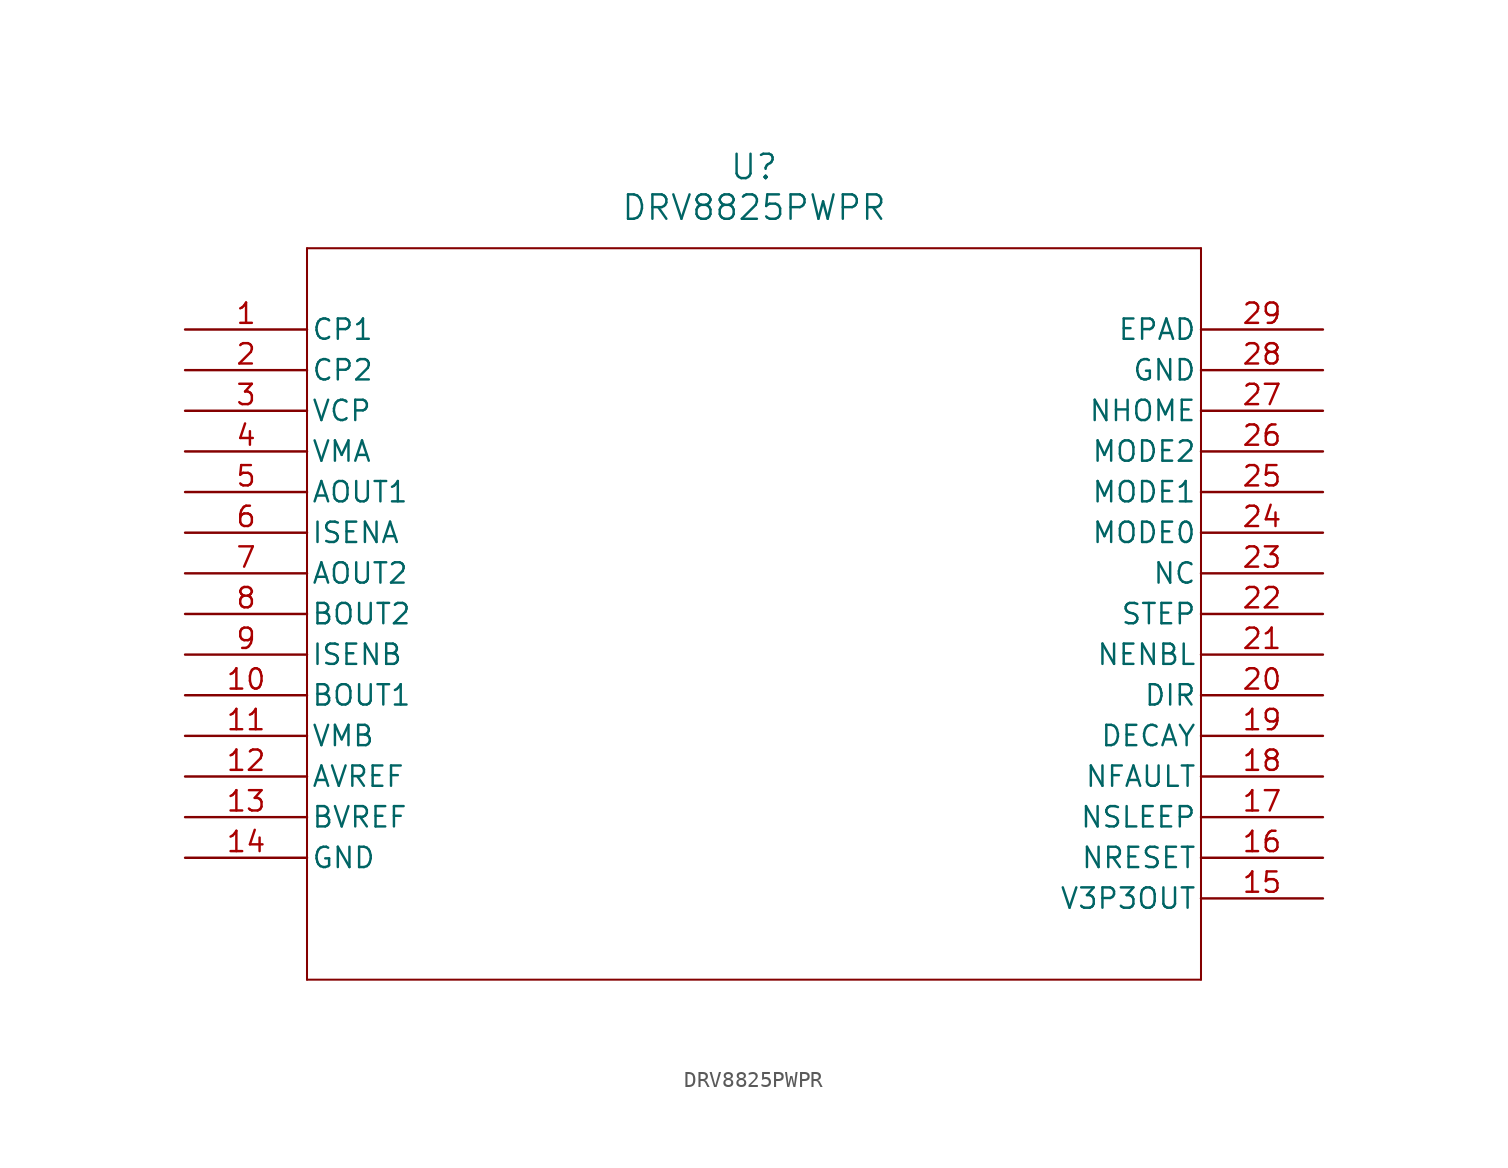
<source format=kicad_sym>
(kicad_symbol_lib
  (version 20211014)
  (generator kicad_symbol_editor)
  (symbol "DRV8825PWPR"
    (pin_names
      (offset 0.254))
    (property "Reference" "U"
      (at 35.56 10.16 0)
      (effects (font (size 1.524 1.524))))
    (property "Value" "DRV8825PWPR"
      (at 35.56 7.62 0)
      (effects (font (size 1.524 1.524))))
    (symbol "DRV8825PWPR_0_1"
      (polyline (pts (xy 7.62 5.08) (xy 7.62 -40.64)) (stroke (width 0.127) (type default) (color 0 0 0 0)) (fill (type none)))
      (polyline (pts (xy 7.62 -40.64) (xy 63.5 -40.64)) (stroke (width 0.127) (type default) (color 0 0 0 0)) (fill (type none)))
      (polyline (pts (xy 63.5 -40.64) (xy 63.5 5.08)) (stroke (width 0.127) (type default) (color 0 0 0 0)) (fill (type none)))
      (polyline (pts (xy 63.5 5.08) (xy 7.62 5.08)) (stroke (width 0.127) (type default) (color 0 0 0 0)) (fill (type none)))
      (pin bidirectional line (at 0 0 0) (length 7.62) (name "CP1" (effects (font (size 1.27 1.27)))) (number "1" (effects (font (size 1.27 1.27)))))
      (pin bidirectional line (at 0 -2.54 0) (length 7.62) (name "CP2" (effects (font (size 1.27 1.27)))) (number "2" (effects (font (size 1.27 1.27)))))
      (pin bidirectional line (at 0 -5.08 0) (length 7.62) (name "VCP" (effects (font (size 1.27 1.27)))) (number "3" (effects (font (size 1.27 1.27)))))
      (pin power_in line (at 0 -7.62 0) (length 7.62) (name "VMA" (effects (font (size 1.27 1.27)))) (number "4" (effects (font (size 1.27 1.27)))))
      (pin output line (at 0 -10.16 0) (length 7.62) (name "AOUT1" (effects (font (size 1.27 1.27)))) (number "5" (effects (font (size 1.27 1.27)))))
      (pin bidirectional line (at 0 -12.7 0) (length 7.62) (name "ISENA" (effects (font (size 1.27 1.27)))) (number "6" (effects (font (size 1.27 1.27)))))
      (pin output line (at 0 -15.24 0) (length 7.62) (name "AOUT2" (effects (font (size 1.27 1.27)))) (number "7" (effects (font (size 1.27 1.27)))))
      (pin output line (at 0 -17.78 0) (length 7.62) (name "BOUT2" (effects (font (size 1.27 1.27)))) (number "8" (effects (font (size 1.27 1.27)))))
      (pin bidirectional line (at 0 -20.32 0) (length 7.62) (name "ISENB" (effects (font (size 1.27 1.27)))) (number "9" (effects (font (size 1.27 1.27)))))
      (pin output line (at 0 -22.86 0) (length 7.62) (name "BOUT1" (effects (font (size 1.27 1.27)))) (number "10" (effects (font (size 1.27 1.27)))))
      (pin power_in line (at 0 -25.4 0) (length 7.62) (name "VMB" (effects (font (size 1.27 1.27)))) (number "11" (effects (font (size 1.27 1.27)))))
      (pin input line (at 0 -27.94 0) (length 7.62) (name "AVREF" (effects (font (size 1.27 1.27)))) (number "12" (effects (font (size 1.27 1.27)))))
      (pin input line (at 0 -30.48 0) (length 7.62) (name "BVREF" (effects (font (size 1.27 1.27)))) (number "13" (effects (font (size 1.27 1.27)))))
      (pin power_in line (at 0 -33.02 0) (length 7.62) (name "GND" (effects (font (size 1.27 1.27)))) (number "14" (effects (font (size 1.27 1.27)))))
      (pin output line (at 71.12 -35.56 180) (length 7.62) (name "V3P3OUT" (effects (font (size 1.27 1.27)))) (number "15" (effects (font (size 1.27 1.27)))))
      (pin input line (at 71.12 -33.02 180) (length 7.62) (name "NRESET" (effects (font (size 1.27 1.27)))) (number "16" (effects (font (size 1.27 1.27)))))
      (pin input line (at 71.12 -30.48 180) (length 7.62) (name "NSLEEP" (effects (font (size 1.27 1.27)))) (number "17" (effects (font (size 1.27 1.27)))))
      (pin output line (at 71.12 -27.94 180) (length 7.62) (name "NFAULT" (effects (font (size 1.27 1.27)))) (number "18" (effects (font (size 1.27 1.27)))))
      (pin input line (at 71.12 -25.4 180) (length 7.62) (name "DECAY" (effects (font (size 1.27 1.27)))) (number "19" (effects (font (size 1.27 1.27)))))
      (pin input line (at 71.12 -22.86 180) (length 7.62) (name "DIR" (effects (font (size 1.27 1.27)))) (number "20" (effects (font (size 1.27 1.27)))))
      (pin input line (at 71.12 -20.32 180) (length 7.62) (name "NENBL" (effects (font (size 1.27 1.27)))) (number "21" (effects (font (size 1.27 1.27)))))
      (pin input line (at 71.12 -17.78 180) (length 7.62) (name "STEP" (effects (font (size 1.27 1.27)))) (number "22" (effects (font (size 1.27 1.27)))))
      (pin unspecified line (at 71.12 -15.24 180) (length 7.62) (name "NC" (effects (font (size 1.27 1.27)))) (number "23" (effects (font (size 1.27 1.27)))))
      (pin input line (at 71.12 -12.7 180) (length 7.62) (name "MODE0" (effects (font (size 1.27 1.27)))) (number "24" (effects (font (size 1.27 1.27)))))
      (pin input line (at 71.12 -10.16 180) (length 7.62) (name "MODE1" (effects (font (size 1.27 1.27)))) (number "25" (effects (font (size 1.27 1.27)))))
      (pin input line (at 71.12 -7.62 180) (length 7.62) (name "MODE2" (effects (font (size 1.27 1.27)))) (number "26" (effects (font (size 1.27 1.27)))))
      (pin output line (at 71.12 -5.08 180) (length 7.62) (name "NHOME" (effects (font (size 1.27 1.27)))) (number "27" (effects (font (size 1.27 1.27)))))
      (pin power_in line (at 71.12 -2.54 180) (length 7.62) (name "GND" (effects (font (size 1.27 1.27)))) (number "28" (effects (font (size 1.27 1.27)))))
      (pin unspecified line (at 71.12 0 180) (length 7.62) (name "EPAD" (effects (font (size 1.27 1.27)))) (number "29" (effects (font (size 1.27 1.27))))))))
</source>
